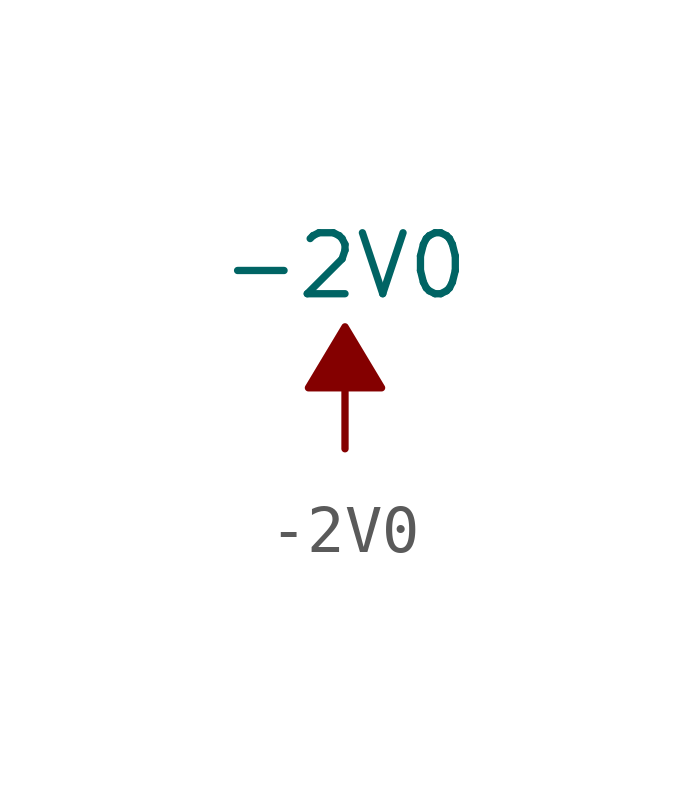
<source format=kicad_sym>
(kicad_symbol_lib
  (version 20210619)
  (generator kicad_symbol_editor)
  (symbol "custom:-2V0"
    (power)
    (pin_names
      (offset 0))
    (property "Reference" "#PWR"
      (at 0 2.54 0)
      (effects (font (size 1.27 1.27)) hide))
    (property "Value" "-2V0"
      (at 0 3.81 0)
      (effects (font (size 1.27 1.27))))
    (symbol "-2V0_0_0"
      (pin power_in line (at 0 0 90) (length 0) hide (name "-2V0" (effects (font (size 1.27 1.27)))) (number "1" (effects (font (size 1.27 1.27))))))
    (symbol "-2V0_0_1"
      (polyline (pts (xy 0 0) (xy 0 1.27) (xy 0.762 1.27) (xy 0 2.54) (xy -0.762 1.27) (xy 0 1.27)) (stroke (width 0)) (fill (type outline))))))
</source>
